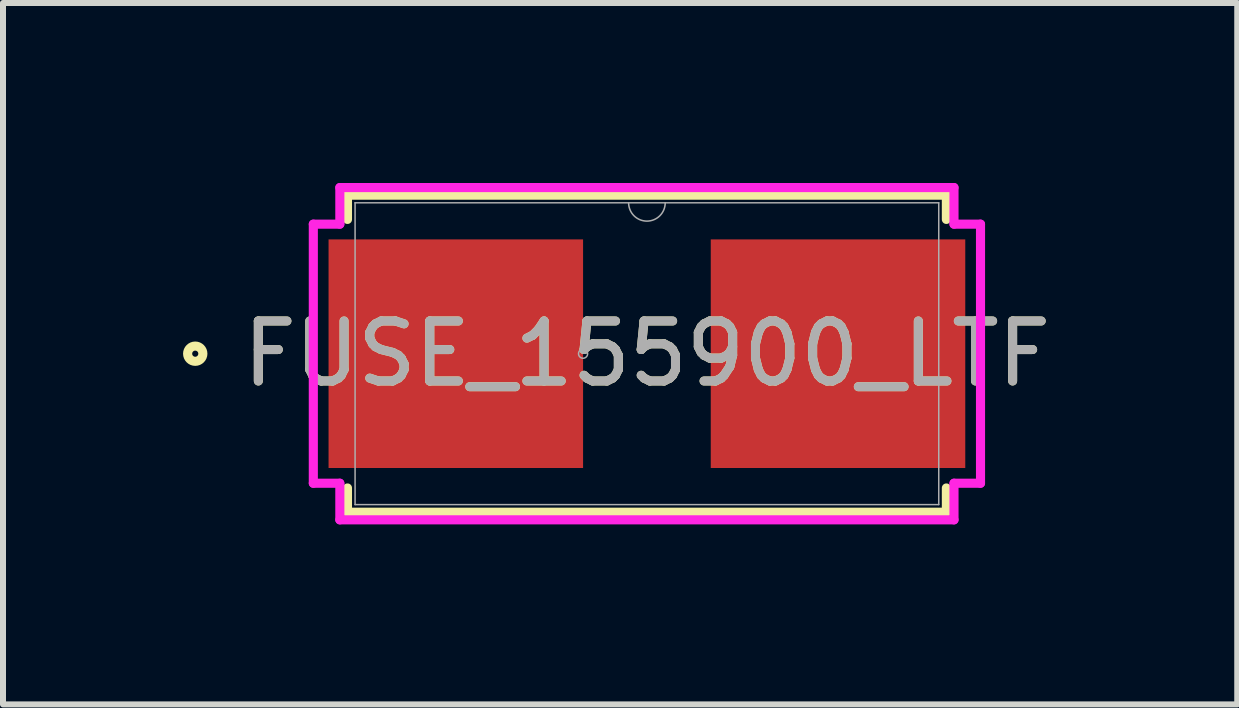
<source format=kicad_pcb>
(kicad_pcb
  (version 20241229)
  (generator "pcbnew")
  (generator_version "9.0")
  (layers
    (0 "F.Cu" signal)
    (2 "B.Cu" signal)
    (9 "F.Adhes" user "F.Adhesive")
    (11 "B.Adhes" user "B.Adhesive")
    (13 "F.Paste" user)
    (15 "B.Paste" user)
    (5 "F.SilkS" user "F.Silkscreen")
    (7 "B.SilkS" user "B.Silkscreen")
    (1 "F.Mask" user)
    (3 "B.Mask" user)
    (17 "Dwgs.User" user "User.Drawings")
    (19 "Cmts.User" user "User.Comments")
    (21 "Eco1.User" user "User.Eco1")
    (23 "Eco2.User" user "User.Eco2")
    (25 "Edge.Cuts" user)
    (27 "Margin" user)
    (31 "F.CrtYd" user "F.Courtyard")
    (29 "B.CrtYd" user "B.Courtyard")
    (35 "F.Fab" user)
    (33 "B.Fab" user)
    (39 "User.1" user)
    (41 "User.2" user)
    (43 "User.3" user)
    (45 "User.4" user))
  (footprint "FUSE_155900_LTF"
    (layer "F.Cu")
    (at 7.732 2.845)
    (property "Reference" "FUSE_155900_LTF" (at 0 0 0) (unlocked yes) (layer "F.SilkS") (effects (font (size 1 1) (thickness 0.15))))
    (attr smd)
    (fp_line (start -4.991 -2.642) (end -4.991 -2.238) (stroke (width 0.152) (type solid)) (layer "F.SilkS"))
    (fp_line (start -4.991 2.238) (end -4.991 2.642) (stroke (width 0.152) (type solid)) (layer "F.SilkS"))
    (fp_line (start -4.991 2.642) (end 4.991 2.642) (stroke (width 0.152) (type solid)) (layer "F.SilkS"))
    (fp_line (start 4.991 -2.642) (end -4.991 -2.642) (stroke (width 0.152) (type solid)) (layer "F.SilkS"))
    (fp_line (start 4.991 -2.238) (end 4.991 -2.642) (stroke (width 0.152) (type solid)) (layer "F.SilkS"))
    (fp_line (start 4.991 2.642) (end 4.991 2.238) (stroke (width 0.152) (type solid)) (layer "F.SilkS"))
    (fp_circle (center -7.528 0) (end -7.401 0) (stroke (width 0.152) (type solid)) (fill no) (layer "F.SilkS"))
    (fp_line (start -5.56 -2.159) (end -5.118 -2.159) (stroke (width 0.152) (type solid)) (layer "F.CrtYd"))
    (fp_line (start -5.56 2.159) (end -5.56 -2.159) (stroke (width 0.152) (type solid)) (layer "F.CrtYd"))
    (fp_line (start -5.56 2.159) (end -5.118 2.159) (stroke (width 0.152) (type solid)) (layer "F.CrtYd"))
    (fp_line (start -5.118 -2.769) (end 5.118 -2.769) (stroke (width 0.152) (type solid)) (layer "F.CrtYd"))
    (fp_line (start -5.118 -2.159) (end -5.118 -2.769) (stroke (width 0.152) (type solid)) (layer "F.CrtYd"))
    (fp_line (start -5.118 2.769) (end -5.118 2.159) (stroke (width 0.152) (type solid)) (layer "F.CrtYd"))
    (fp_line (start 5.118 -2.769) (end 5.118 -2.159) (stroke (width 0.152) (type solid)) (layer "F.CrtYd"))
    (fp_line (start 5.118 2.159) (end 5.118 2.769) (stroke (width 0.152) (type solid)) (layer "F.CrtYd"))
    (fp_line (start 5.118 2.769) (end -5.118 2.769) (stroke (width 0.152) (type solid)) (layer "F.CrtYd"))
    (fp_line (start 5.56 -2.159) (end 5.118 -2.159) (stroke (width 0.152) (type solid)) (layer "F.CrtYd"))
    (fp_line (start 5.56 -2.159) (end 5.56 2.159) (stroke (width 0.152) (type solid)) (layer "F.CrtYd"))
    (fp_line (start 5.56 2.159) (end 5.118 2.159) (stroke (width 0.152) (type solid)) (layer "F.CrtYd"))
    (fp_line (start -4.864 -2.515) (end -4.864 2.515) (stroke (width 0.025) (type solid)) (layer "F.Fab"))
    (fp_line (start -4.864 2.515) (end 4.864 2.515) (stroke (width 0.025) (type solid)) (layer "F.Fab"))
    (fp_line (start 4.864 -2.515) (end -4.864 -2.515) (stroke (width 0.025) (type solid)) (layer "F.Fab"))
    (fp_line (start 4.864 2.515) (end 4.864 -2.515) (stroke (width 0.025) (type solid)) (layer "F.Fab"))
    (fp_arc (start 0.3048 -2.5146) (mid 0 -2.2098) (end -0.3048 -2.5146) (stroke (width 0.0254) (type solid)) (layer "F.Fab"))
    (fp_circle (center -1.064 0) (end -0.988 0) (stroke (width 0.025) (type solid)) (fill no) (layer "F.Fab"))
    (fp_text user "${REFERENCE}" (at 0 0 0) (unlocked yes) (layer "F.Fab") (effects (font (size 1 1) (thickness 0.15))))
    (pad "1" smd rect (at -3.185 0) (size 4.242 3.81) (layers "F.Cu" "F.Mask" "F.Paste"))
    (pad "2" smd rect (at 3.185 0) (size 4.242 3.81) (layers "F.Cu" "F.Mask" "F.Paste")))
  (gr_rect
    (start -3 -3)
    (end 17.571 8.69)
    (stroke (width 0.1) (type default))
    (fill no)
    (layer "Edge.Cuts")))
</source>
